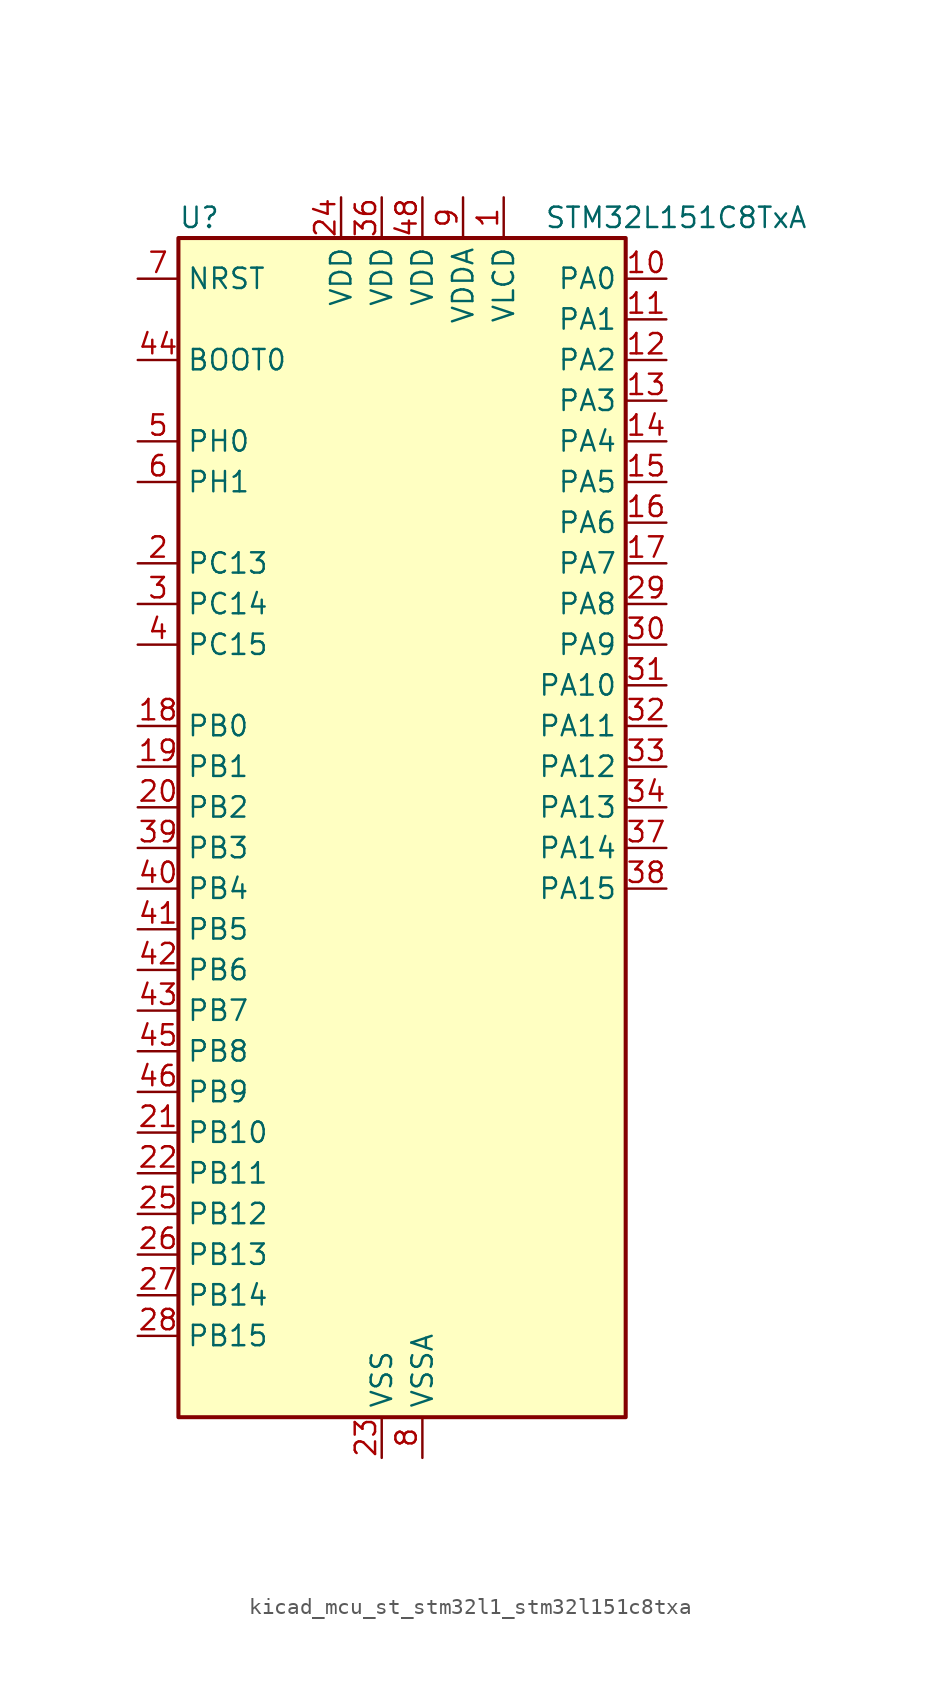
<source format=kicad_sym>
(kicad_symbol_lib
  (version 20220914)
  (generator kicad_symbol_editor)
  (symbol "kicad_mcu_st_stm32l1_stm32l151c8txa"
    (property "Reference" "U"
      (at -12.7 39.37 0)
      (effects (font (size 1.27 1.27)) (justify left)))
    (property "Value" "STM32L151C8TxA"
      (at 10.16 39.37 0)
      (effects (font (size 1.27 1.27)) (justify left)))
    (property "ki_locked" ""
      (at 0 0 0)
      (effects (font (size 1.27 1.27))))
    (symbol "kicad_mcu_st_stm32l1_stm32l151c8txa_0_1"
      (rectangle (start -12.7 -35.56) (end 15.24 38.1) (stroke (width 0.254) (type default)) (fill (type background))))
    (symbol "kicad_mcu_st_stm32l1_stm32l151c8txa_1_1"
      (pin power_in line (at 7.62 40.64 270) (length 2.54) (name "VLCD" (effects (font (size 1.27 1.27)))) (number "1" (effects (font (size 1.27 1.27)))))
      (pin bidirectional line (at 17.78 35.56 180) (length 2.54) (name "PA0" (effects (font (size 1.27 1.27)))) (number "10" (effects (font (size 1.27 1.27)))) (alternate "ADC_IN0" bidirectional line) (alternate "COMP1_INP" bidirectional line) (alternate "RTC_TAMP2" bidirectional line) (alternate "SYS_WKUP1" bidirectional line) (alternate "TIM2_CH1" bidirectional line) (alternate "TIM2_ETR" bidirectional line) (alternate "TIMX_IC1" bidirectional line) (alternate "TS_G1_IO1" bidirectional line) (alternate "USART2_CTS" bidirectional line))
      (pin bidirectional line (at 17.78 33.02 180) (length 2.54) (name "PA1" (effects (font (size 1.27 1.27)))) (number "11" (effects (font (size 1.27 1.27)))) (alternate "ADC_IN1" bidirectional line) (alternate "COMP1_INP" bidirectional line) (alternate "TIM2_CH2" bidirectional line) (alternate "TIMX_IC2" bidirectional line) (alternate "TS_G1_IO2" bidirectional line) (alternate "USART2_RTS" bidirectional line))
      (pin bidirectional line (at 17.78 30.48 180) (length 2.54) (name "PA2" (effects (font (size 1.27 1.27)))) (number "12" (effects (font (size 1.27 1.27)))) (alternate "ADC_IN2" bidirectional line) (alternate "COMP1_INP" bidirectional line) (alternate "TIM2_CH3" bidirectional line) (alternate "TIM9_CH1" bidirectional line) (alternate "TIMX_IC3" bidirectional line) (alternate "TS_G1_IO3" bidirectional line) (alternate "USART2_TX" bidirectional line))
      (pin bidirectional line (at 17.78 27.94 180) (length 2.54) (name "PA3" (effects (font (size 1.27 1.27)))) (number "13" (effects (font (size 1.27 1.27)))) (alternate "ADC_IN3" bidirectional line) (alternate "COMP1_INP" bidirectional line) (alternate "TIM2_CH4" bidirectional line) (alternate "TIM9_CH2" bidirectional line) (alternate "TIMX_IC4" bidirectional line) (alternate "TS_G1_IO4" bidirectional line) (alternate "USART2_RX" bidirectional line))
      (pin bidirectional line (at 17.78 25.4 180) (length 2.54) (name "PA4" (effects (font (size 1.27 1.27)))) (number "14" (effects (font (size 1.27 1.27)))) (alternate "ADC_IN4" bidirectional line) (alternate "COMP1_INP" bidirectional line) (alternate "DAC_OUT1" bidirectional line) (alternate "SPI1_NSS" bidirectional line) (alternate "TIMX_IC1" bidirectional line) (alternate "USART2_CK" bidirectional line))
      (pin bidirectional line (at 17.78 22.86 180) (length 2.54) (name "PA5" (effects (font (size 1.27 1.27)))) (number "15" (effects (font (size 1.27 1.27)))) (alternate "ADC_IN5" bidirectional line) (alternate "COMP1_INP" bidirectional line) (alternate "DAC_OUT2" bidirectional line) (alternate "SPI1_SCK" bidirectional line) (alternate "TIM2_CH1" bidirectional line) (alternate "TIM2_ETR" bidirectional line) (alternate "TIMX_IC2" bidirectional line))
      (pin bidirectional line (at 17.78 20.32 180) (length 2.54) (name "PA6" (effects (font (size 1.27 1.27)))) (number "16" (effects (font (size 1.27 1.27)))) (alternate "ADC_IN6" bidirectional line) (alternate "COMP1_INP" bidirectional line) (alternate "SPI1_MISO" bidirectional line) (alternate "TIM10_CH1" bidirectional line) (alternate "TIM3_CH1" bidirectional line) (alternate "TIMX_IC3" bidirectional line) (alternate "TS_G2_IO1" bidirectional line))
      (pin bidirectional line (at 17.78 17.78 180) (length 2.54) (name "PA7" (effects (font (size 1.27 1.27)))) (number "17" (effects (font (size 1.27 1.27)))) (alternate "ADC_IN7" bidirectional line) (alternate "COMP1_INP" bidirectional line) (alternate "SPI1_MOSI" bidirectional line) (alternate "TIM11_CH1" bidirectional line) (alternate "TIM3_CH2" bidirectional line) (alternate "TIMX_IC4" bidirectional line) (alternate "TS_G2_IO2" bidirectional line))
      (pin bidirectional line (at -15.24 7.62 0) (length 2.54) (name "PB0" (effects (font (size 1.27 1.27)))) (number "18" (effects (font (size 1.27 1.27)))) (alternate "ADC_IN8" bidirectional line) (alternate "COMP1_INP" bidirectional line) (alternate "SYS_V_REF_OUT" bidirectional line) (alternate "TIM3_CH3" bidirectional line) (alternate "TS_G3_IO1" bidirectional line))
      (pin bidirectional line (at -15.24 5.08 0) (length 2.54) (name "PB1" (effects (font (size 1.27 1.27)))) (number "19" (effects (font (size 1.27 1.27)))) (alternate "ADC_IN9" bidirectional line) (alternate "COMP1_INP" bidirectional line) (alternate "SYS_V_REF_OUT" bidirectional line) (alternate "TIM3_CH4" bidirectional line) (alternate "TS_G3_IO2" bidirectional line))
      (pin bidirectional line (at -15.24 17.78 0) (length 2.54) (name "PC13" (effects (font (size 1.27 1.27)))) (number "2" (effects (font (size 1.27 1.27)))) (alternate "RTC_OUT_ALARM" bidirectional line) (alternate "RTC_OUT_CALIB" bidirectional line) (alternate "RTC_TAMP1" bidirectional line) (alternate "RTC_TS" bidirectional line) (alternate "SYS_WKUP2" bidirectional line) (alternate "TIMX_IC2" bidirectional line))
      (pin bidirectional line (at -15.24 2.54 0) (length 2.54) (name "PB2" (effects (font (size 1.27 1.27)))) (number "20" (effects (font (size 1.27 1.27)))) (alternate "TS_G3_IO3" bidirectional line))
      (pin bidirectional line (at -15.24 -17.78 0) (length 2.54) (name "PB10" (effects (font (size 1.27 1.27)))) (number "21" (effects (font (size 1.27 1.27)))) (alternate "I2C2_SCL" bidirectional line) (alternate "TIM2_CH3" bidirectional line) (alternate "USART3_TX" bidirectional line))
      (pin bidirectional line (at -15.24 -20.32 0) (length 2.54) (name "PB11" (effects (font (size 1.27 1.27)))) (number "22" (effects (font (size 1.27 1.27)))) (alternate "ADC_EXTI11" bidirectional line) (alternate "I2C2_SDA" bidirectional line) (alternate "TIM2_CH4" bidirectional line) (alternate "USART3_RX" bidirectional line))
      (pin power_in line (at 0 -38.1 90) (length 2.54) (name "VSS" (effects (font (size 1.27 1.27)))) (number "23" (effects (font (size 1.27 1.27)))))
      (pin power_in line (at -2.54 40.64 270) (length 2.54) (name "VDD" (effects (font (size 1.27 1.27)))) (number "24" (effects (font (size 1.27 1.27)))))
      (pin bidirectional line (at -15.24 -22.86 0) (length 2.54) (name "PB12" (effects (font (size 1.27 1.27)))) (number "25" (effects (font (size 1.27 1.27)))) (alternate "ADC_IN18" bidirectional line) (alternate "COMP1_INP" bidirectional line) (alternate "I2C2_SMBA" bidirectional line) (alternate "SPI2_NSS" bidirectional line) (alternate "TIM10_CH1" bidirectional line) (alternate "TS_G7_IO1" bidirectional line) (alternate "USART3_CK" bidirectional line))
      (pin bidirectional line (at -15.24 -25.4 0) (length 2.54) (name "PB13" (effects (font (size 1.27 1.27)))) (number "26" (effects (font (size 1.27 1.27)))) (alternate "ADC_IN19" bidirectional line) (alternate "COMP1_INP" bidirectional line) (alternate "SPI2_SCK" bidirectional line) (alternate "TIM9_CH1" bidirectional line) (alternate "TS_G7_IO2" bidirectional line) (alternate "USART3_CTS" bidirectional line))
      (pin bidirectional line (at -15.24 -27.94 0) (length 2.54) (name "PB14" (effects (font (size 1.27 1.27)))) (number "27" (effects (font (size 1.27 1.27)))) (alternate "ADC_IN20" bidirectional line) (alternate "COMP1_INP" bidirectional line) (alternate "SPI2_MISO" bidirectional line) (alternate "TIM9_CH2" bidirectional line) (alternate "TS_G7_IO3" bidirectional line) (alternate "USART3_RTS" bidirectional line))
      (pin bidirectional line (at -15.24 -30.48 0) (length 2.54) (name "PB15" (effects (font (size 1.27 1.27)))) (number "28" (effects (font (size 1.27 1.27)))) (alternate "ADC_EXTI15" bidirectional line) (alternate "ADC_IN21" bidirectional line) (alternate "COMP1_INP" bidirectional line) (alternate "RTC_REFIN" bidirectional line) (alternate "SPI2_MOSI" bidirectional line) (alternate "TIM11_CH1" bidirectional line) (alternate "TS_G7_IO4" bidirectional line))
      (pin bidirectional line (at 17.78 15.24 180) (length 2.54) (name "PA8" (effects (font (size 1.27 1.27)))) (number "29" (effects (font (size 1.27 1.27)))) (alternate "RCC_MCO" bidirectional line) (alternate "TIMX_IC1" bidirectional line) (alternate "TS_G4_IO1" bidirectional line) (alternate "USART1_CK" bidirectional line))
      (pin bidirectional line (at -15.24 15.24 0) (length 2.54) (name "PC14" (effects (font (size 1.27 1.27)))) (number "3" (effects (font (size 1.27 1.27)))) (alternate "RCC_OSC32_IN" bidirectional line) (alternate "TIMX_IC3" bidirectional line))
      (pin bidirectional line (at 17.78 12.7 180) (length 2.54) (name "PA9" (effects (font (size 1.27 1.27)))) (number "30" (effects (font (size 1.27 1.27)))) (alternate "DAC_EXTI9" bidirectional line) (alternate "TIMX_IC2" bidirectional line) (alternate "TS_G4_IO2" bidirectional line) (alternate "USART1_TX" bidirectional line))
      (pin bidirectional line (at 17.78 10.16 180) (length 2.54) (name "PA10" (effects (font (size 1.27 1.27)))) (number "31" (effects (font (size 1.27 1.27)))) (alternate "TIMX_IC3" bidirectional line) (alternate "TS_G4_IO3" bidirectional line) (alternate "USART1_RX" bidirectional line))
      (pin bidirectional line (at 17.78 7.62 180) (length 2.54) (name "PA11" (effects (font (size 1.27 1.27)))) (number "32" (effects (font (size 1.27 1.27)))) (alternate "ADC_EXTI11" bidirectional line) (alternate "SPI1_MISO" bidirectional line) (alternate "TIMX_IC4" bidirectional line) (alternate "USART1_CTS" bidirectional line) (alternate "USB_DM" bidirectional line))
      (pin bidirectional line (at 17.78 5.08 180) (length 2.54) (name "PA12" (effects (font (size 1.27 1.27)))) (number "33" (effects (font (size 1.27 1.27)))) (alternate "SPI1_MOSI" bidirectional line) (alternate "TIMX_IC1" bidirectional line) (alternate "USART1_RTS" bidirectional line) (alternate "USB_DP" bidirectional line))
      (pin bidirectional line (at 17.78 2.54 180) (length 2.54) (name "PA13" (effects (font (size 1.27 1.27)))) (number "34" (effects (font (size 1.27 1.27)))) (alternate "SYS_JTMS-SWDIO" bidirectional line) (alternate "TIMX_IC2" bidirectional line) (alternate "TS_G5_IO1" bidirectional line))
      (pin passive line (at 0 -38.1 90) (length 2.54) hide (name "VSS" (effects (font (size 1.27 1.27)))) (number "35" (effects (font (size 1.27 1.27)))))
      (pin power_in line (at 0 40.64 270) (length 2.54) (name "VDD" (effects (font (size 1.27 1.27)))) (number "36" (effects (font (size 1.27 1.27)))))
      (pin bidirectional line (at 17.78 0 180) (length 2.54) (name "PA14" (effects (font (size 1.27 1.27)))) (number "37" (effects (font (size 1.27 1.27)))) (alternate "SYS_JTCK-SWCLK" bidirectional line) (alternate "TIMX_IC3" bidirectional line) (alternate "TS_G5_IO2" bidirectional line))
      (pin bidirectional line (at 17.78 -2.54 180) (length 2.54) (name "PA15" (effects (font (size 1.27 1.27)))) (number "38" (effects (font (size 1.27 1.27)))) (alternate "ADC_EXTI15" bidirectional line) (alternate "SPI1_NSS" bidirectional line) (alternate "SYS_JTDI" bidirectional line) (alternate "TIM2_CH1" bidirectional line) (alternate "TIM2_ETR" bidirectional line) (alternate "TIMX_IC4" bidirectional line) (alternate "TS_G5_IO3" bidirectional line))
      (pin bidirectional line (at -15.24 0 0) (length 2.54) (name "PB3" (effects (font (size 1.27 1.27)))) (number "39" (effects (font (size 1.27 1.27)))) (alternate "COMP2_INM" bidirectional line) (alternate "SPI1_SCK" bidirectional line) (alternate "SYS_JTDO-TRACESWO" bidirectional line) (alternate "TIM2_CH2" bidirectional line))
      (pin bidirectional line (at -15.24 12.7 0) (length 2.54) (name "PC15" (effects (font (size 1.27 1.27)))) (number "4" (effects (font (size 1.27 1.27)))) (alternate "ADC_EXTI15" bidirectional line) (alternate "RCC_OSC32_OUT" bidirectional line) (alternate "TIMX_IC4" bidirectional line))
      (pin bidirectional line (at -15.24 -2.54 0) (length 2.54) (name "PB4" (effects (font (size 1.27 1.27)))) (number "40" (effects (font (size 1.27 1.27)))) (alternate "COMP2_INP" bidirectional line) (alternate "SPI1_MISO" bidirectional line) (alternate "SYS_JTRST" bidirectional line) (alternate "TIM3_CH1" bidirectional line) (alternate "TS_G6_IO1" bidirectional line))
      (pin bidirectional line (at -15.24 -5.08 0) (length 2.54) (name "PB5" (effects (font (size 1.27 1.27)))) (number "41" (effects (font (size 1.27 1.27)))) (alternate "COMP2_INP" bidirectional line) (alternate "I2C1_SMBA" bidirectional line) (alternate "SPI1_MOSI" bidirectional line) (alternate "TIM3_CH2" bidirectional line) (alternate "TS_G6_IO2" bidirectional line))
      (pin bidirectional line (at -15.24 -7.62 0) (length 2.54) (name "PB6" (effects (font (size 1.27 1.27)))) (number "42" (effects (font (size 1.27 1.27)))) (alternate "I2C1_SCL" bidirectional line) (alternate "TIM4_CH1" bidirectional line) (alternate "TS_G6_IO3" bidirectional line) (alternate "USART1_TX" bidirectional line))
      (pin bidirectional line (at -15.24 -10.16 0) (length 2.54) (name "PB7" (effects (font (size 1.27 1.27)))) (number "43" (effects (font (size 1.27 1.27)))) (alternate "I2C1_SDA" bidirectional line) (alternate "SYS_PVD_IN" bidirectional line) (alternate "TIM4_CH2" bidirectional line) (alternate "TS_G6_IO4" bidirectional line) (alternate "USART1_RX" bidirectional line))
      (pin input line (at -15.24 30.48 0) (length 2.54) (name "BOOT0" (effects (font (size 1.27 1.27)))) (number "44" (effects (font (size 1.27 1.27)))))
      (pin bidirectional line (at -15.24 -12.7 0) (length 2.54) (name "PB8" (effects (font (size 1.27 1.27)))) (number "45" (effects (font (size 1.27 1.27)))) (alternate "I2C1_SCL" bidirectional line) (alternate "TIM10_CH1" bidirectional line) (alternate "TIM4_CH3" bidirectional line))
      (pin bidirectional line (at -15.24 -15.24 0) (length 2.54) (name "PB9" (effects (font (size 1.27 1.27)))) (number "46" (effects (font (size 1.27 1.27)))) (alternate "DAC_EXTI9" bidirectional line) (alternate "I2C1_SDA" bidirectional line) (alternate "TIM11_CH1" bidirectional line) (alternate "TIM4_CH4" bidirectional line))
      (pin passive line (at 0 -38.1 90) (length 2.54) hide (name "VSS" (effects (font (size 1.27 1.27)))) (number "47" (effects (font (size 1.27 1.27)))))
      (pin power_in line (at 2.54 40.64 270) (length 2.54) (name "VDD" (effects (font (size 1.27 1.27)))) (number "48" (effects (font (size 1.27 1.27)))))
      (pin bidirectional line (at -15.24 25.4 0) (length 2.54) (name "PH0" (effects (font (size 1.27 1.27)))) (number "5" (effects (font (size 1.27 1.27)))) (alternate "RCC_OSC_IN" bidirectional line))
      (pin bidirectional line (at -15.24 22.86 0) (length 2.54) (name "PH1" (effects (font (size 1.27 1.27)))) (number "6" (effects (font (size 1.27 1.27)))) (alternate "RCC_OSC_OUT" bidirectional line))
      (pin input line (at -15.24 35.56 0) (length 2.54) (name "NRST" (effects (font (size 1.27 1.27)))) (number "7" (effects (font (size 1.27 1.27)))))
      (pin power_in line (at 2.54 -38.1 90) (length 2.54) (name "VSSA" (effects (font (size 1.27 1.27)))) (number "8" (effects (font (size 1.27 1.27)))))
      (pin power_in line (at 5.08 40.64 270) (length 2.54) (name "VDDA" (effects (font (size 1.27 1.27)))) (number "9" (effects (font (size 1.27 1.27))))))))
</source>
